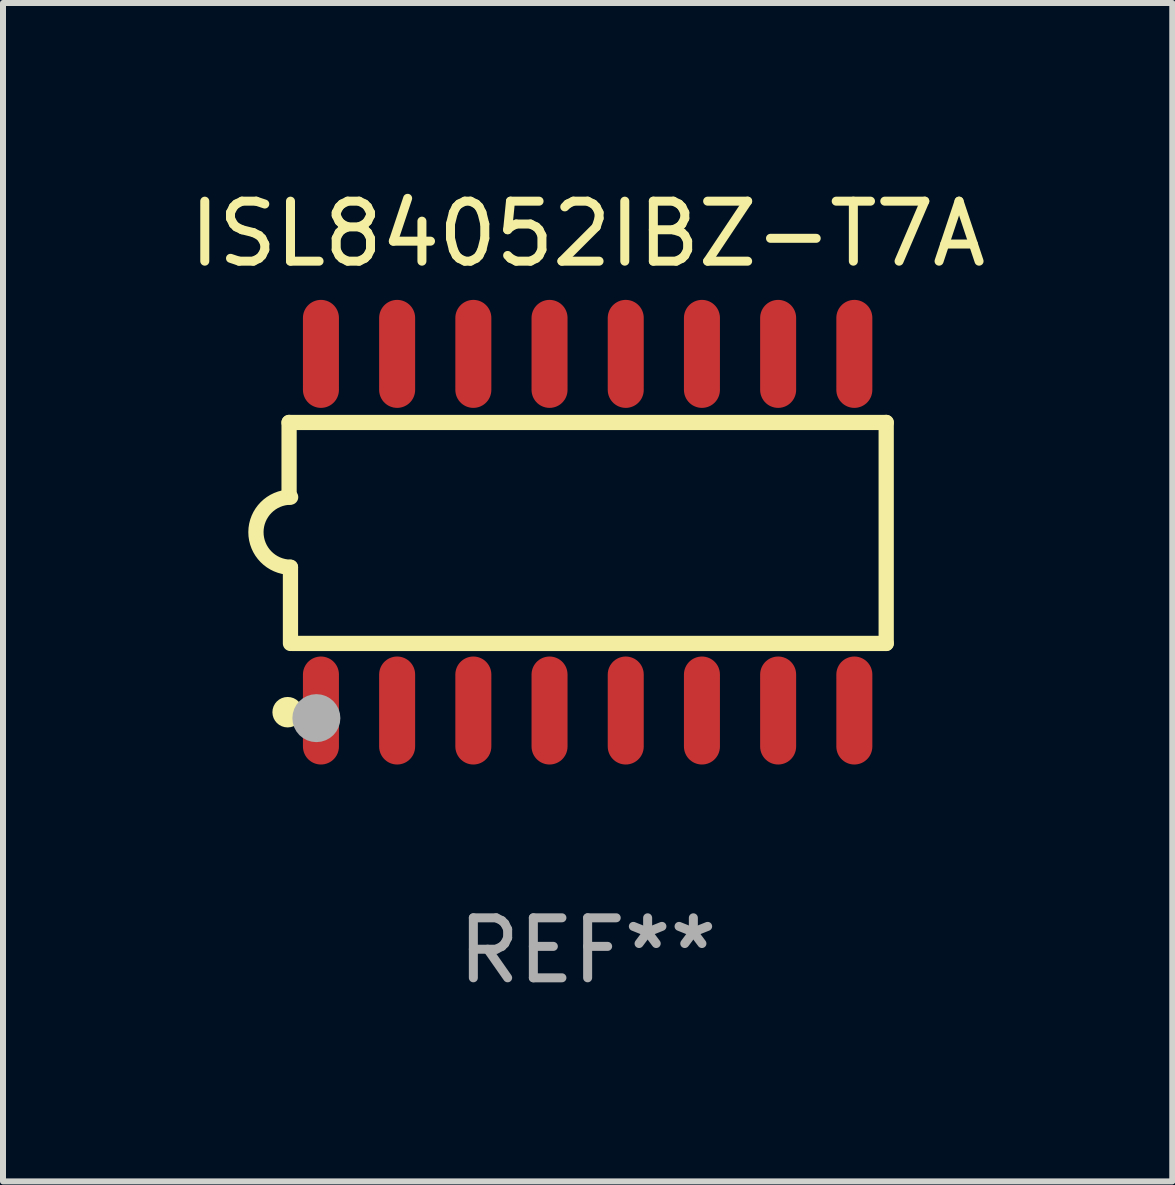
<source format=kicad_pcb>
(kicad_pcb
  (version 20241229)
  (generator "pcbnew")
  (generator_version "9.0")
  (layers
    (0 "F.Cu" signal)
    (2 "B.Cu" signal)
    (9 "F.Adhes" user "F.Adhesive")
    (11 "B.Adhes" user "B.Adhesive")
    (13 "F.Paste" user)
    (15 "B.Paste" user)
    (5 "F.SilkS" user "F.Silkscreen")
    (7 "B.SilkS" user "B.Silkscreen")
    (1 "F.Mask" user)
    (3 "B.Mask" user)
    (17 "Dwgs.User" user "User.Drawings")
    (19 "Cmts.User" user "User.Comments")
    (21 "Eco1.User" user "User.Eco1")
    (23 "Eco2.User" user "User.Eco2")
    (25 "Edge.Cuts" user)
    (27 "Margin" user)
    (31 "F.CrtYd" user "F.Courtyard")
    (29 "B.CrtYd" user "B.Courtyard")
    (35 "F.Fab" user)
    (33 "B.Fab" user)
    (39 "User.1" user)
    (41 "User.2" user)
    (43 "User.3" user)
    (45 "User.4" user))
  (footprint "ISL84052IBZ-T7A"
    (layer "F.Cu")
    (at 6.744 5.82)
    (property "Reference" "ISL84052IBZ-T7A" (at 0 -4.972 0) (layer "F.SilkS") (effects (font (size 1 1) (thickness 0.15))))
    (attr through_hole)
    (fp_line (start -4.976 -1.829) (end -4.976 -0.584) (stroke (width 0.254) (type solid)) (layer "F.SilkS"))
    (fp_line (start -4.953 0.584) (end -4.953 1.854) (stroke (width 0.254) (type solid)) (layer "F.SilkS"))
    (fp_line (start -4.928 1.854) (end 4.976 1.854) (stroke (width 0.254) (type solid)) (layer "F.SilkS"))
    (fp_line (start 4.976 -1.829) (end -4.976 -1.829) (stroke (width 0.254) (type solid)) (layer "F.SilkS"))
    (fp_line (start 4.976 1.854) (end 4.976 -1.829) (stroke (width 0.254) (type solid)) (layer "F.SilkS"))
    (fp_arc (start -4.95301 0.584201) (mid -5.533866 -0.00152) (end -4.950088 -0.584329) (stroke (width 0.254001) (type solid)) (layer "F.SilkS"))
    (fp_circle (center -5 3) (end -4.873 3) (stroke (width 0.254) (type solid)) (fill no) (layer "F.SilkS"))
    (fp_circle (center -4.521 3.099) (end -4.321 3.099) (stroke (width 0.4) (type solid)) (fill no) (layer "F.Fab"))
    (fp_text user "REF**" (at 0 6.972 0) (layer "F.Fab") (effects (font (size 1 1) (thickness 0.15))))
    (pad "1" smd oval (at -4.445 2.972 180) (size 0.6 1.8) (layers "F.Cu" "F.Mask" "F.Paste"))
    (pad "2" smd oval (at -3.175 2.972 180) (size 0.6 1.8) (layers "F.Cu" "F.Mask" "F.Paste"))
    (pad "3" smd oval (at -1.905 2.972 180) (size 0.6 1.8) (layers "F.Cu" "F.Mask" "F.Paste"))
    (pad "4" smd oval (at -0.635 2.972 180) (size 0.6 1.8) (layers "F.Cu" "F.Mask" "F.Paste"))
    (pad "5" smd oval (at 0.635 2.972 180) (size 0.6 1.8) (layers "F.Cu" "F.Mask" "F.Paste"))
    (pad "6" smd oval (at 1.905 2.972 180) (size 0.6 1.8) (layers "F.Cu" "F.Mask" "F.Paste"))
    (pad "7" smd oval (at 3.175 2.972 180) (size 0.6 1.8) (layers "F.Cu" "F.Mask" "F.Paste"))
    (pad "8" smd oval (at 4.445 2.972 180) (size 0.6 1.8) (layers "F.Cu" "F.Mask" "F.Paste"))
    (pad "9" smd oval (at 4.445 -2.972 180) (size 0.6 1.8) (layers "F.Cu" "F.Mask" "F.Paste"))
    (pad "10" smd oval (at 3.175 -2.972 180) (size 0.6 1.8) (layers "F.Cu" "F.Mask" "F.Paste"))
    (pad "11" smd oval (at 1.905 -2.972 180) (size 0.6 1.8) (layers "F.Cu" "F.Mask" "F.Paste"))
    (pad "12" smd oval (at 0.635 -2.972 180) (size 0.6 1.8) (layers "F.Cu" "F.Mask" "F.Paste"))
    (pad "13" smd oval (at -0.635 -2.972 180) (size 0.6 1.8) (layers "F.Cu" "F.Mask" "F.Paste"))
    (pad "14" smd oval (at -1.905 -2.972 180) (size 0.6 1.8) (layers "F.Cu" "F.Mask" "F.Paste"))
    (pad "15" smd oval (at -3.175 -2.972 180) (size 0.6 1.8) (layers "F.Cu" "F.Mask" "F.Paste"))
    (pad "16" smd oval (at -4.445 -2.972 180) (size 0.6 1.8) (layers "F.Cu" "F.Mask" "F.Paste")))
  (gr_rect
    (start -3 -3)
    (end 16.488 16.64)
    (stroke (width 0.1) (type default))
    (fill no)
    (layer "Edge.Cuts")))
</source>
